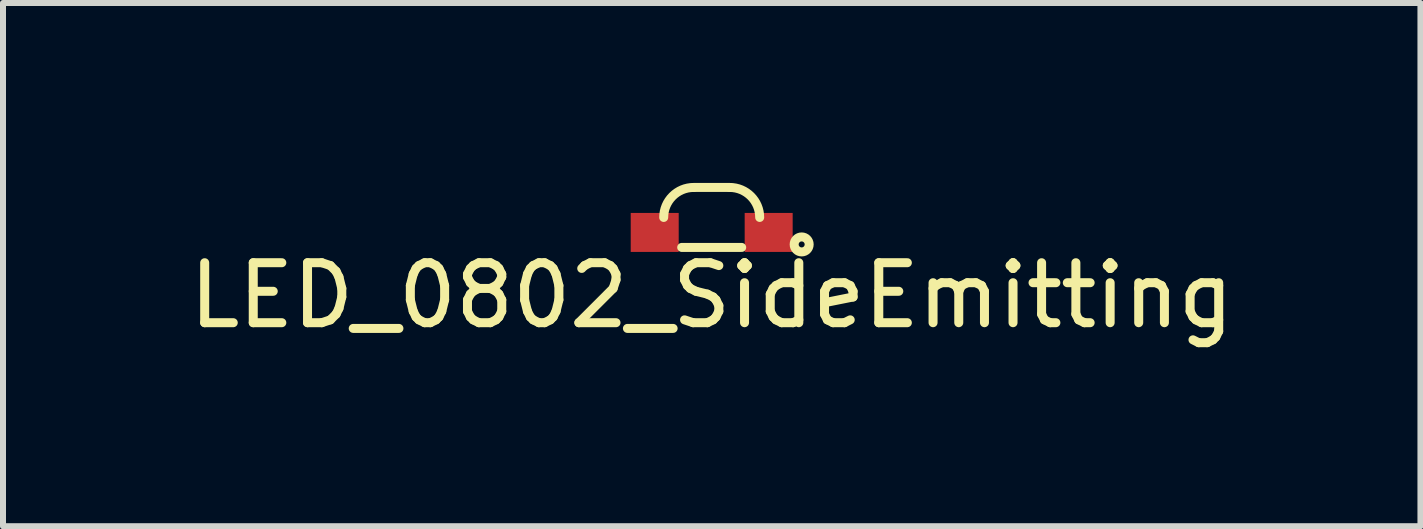
<source format=kicad_pcb>
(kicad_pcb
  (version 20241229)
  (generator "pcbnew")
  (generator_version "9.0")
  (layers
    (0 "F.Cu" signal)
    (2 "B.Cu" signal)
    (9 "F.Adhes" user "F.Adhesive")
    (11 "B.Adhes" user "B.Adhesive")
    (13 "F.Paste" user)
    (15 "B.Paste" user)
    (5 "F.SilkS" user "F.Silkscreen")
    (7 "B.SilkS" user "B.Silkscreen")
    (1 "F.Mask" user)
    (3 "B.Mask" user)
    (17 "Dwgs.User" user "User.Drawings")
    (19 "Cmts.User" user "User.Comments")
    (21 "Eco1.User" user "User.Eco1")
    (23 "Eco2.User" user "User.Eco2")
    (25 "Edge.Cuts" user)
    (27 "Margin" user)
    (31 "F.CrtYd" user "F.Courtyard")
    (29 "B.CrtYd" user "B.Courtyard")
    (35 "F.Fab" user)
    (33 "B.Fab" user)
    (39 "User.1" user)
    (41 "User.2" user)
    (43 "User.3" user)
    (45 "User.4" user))
  (footprint "LED_0802_SideEmitting"
    (layer "F.Cu")
    (at 8.815 0.825)
    (property "Reference" "LED_0802_SideEmitting" (at 0 1.05 0) (layer "F.SilkS") (effects (font (size 1 1) (thickness 0.15))))
    (attr through_hole)
    (fp_line (start -0.5 0.25) (end 0.5 0.25) (stroke (width 0.15) (type solid)) (layer "F.SilkS"))
    (fp_line (start -0.3 -0.75) (end 0.3 -0.75) (stroke (width 0.15) (type solid)) (layer "F.SilkS"))
    (fp_arc (start -0.8 -0.25) (mid -0.653553 -0.603553) (end -0.3 -0.75) (stroke (width 0.15) (type solid)) (layer "F.SilkS"))
    (fp_arc (start 0.3 -0.75) (mid 0.653553 -0.603553) (end 0.8 -0.25) (stroke (width 0.15) (type solid)) (layer "F.SilkS"))
    (fp_circle (center 1.5 0.2) (end 1.55 0.2) (stroke (width 0.15) (type solid)) (fill no) (layer "F.SilkS"))
    (pad "1" smd rect (at 0.95 0) (size 0.8 0.65) (layers "F.Cu" "F.Mask" "F.Paste"))
    (pad "2" smd rect (at -0.95 0) (size 0.8 0.65) (layers "F.Cu" "F.Mask" "F.Paste")))
  (gr_rect
    (start -3 -3)
    (end 20.631 5.723)
    (stroke (width 0.1) (type default))
    (fill no)
    (layer "Edge.Cuts")))
</source>
